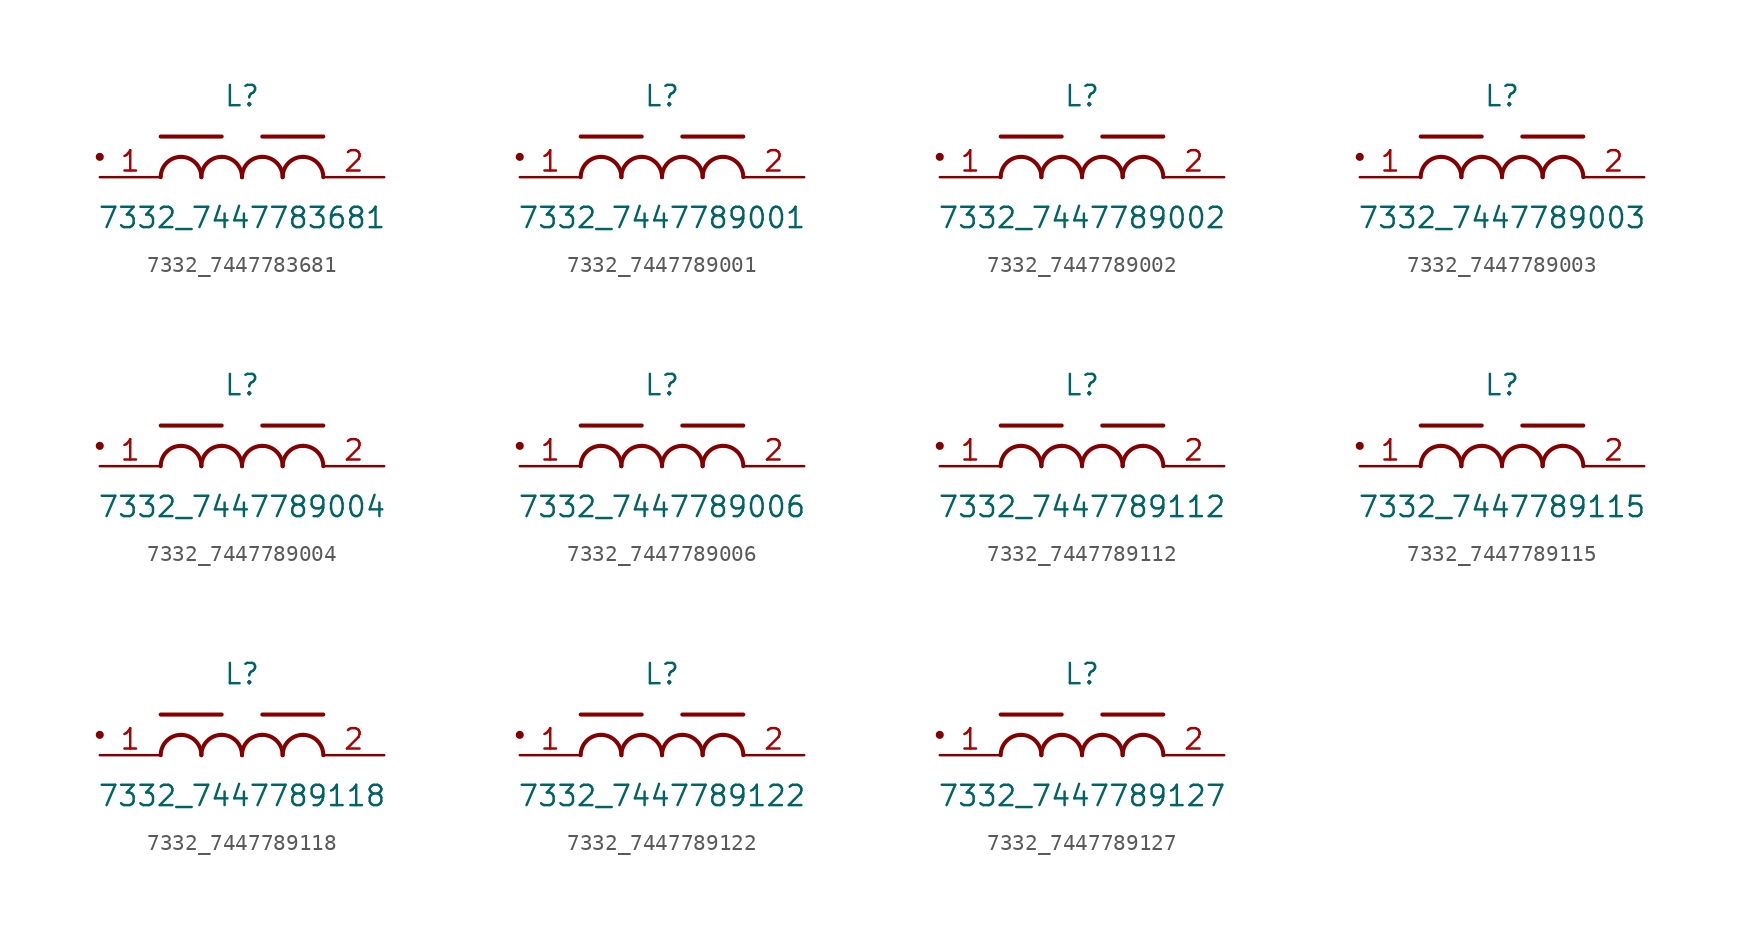
<source format=kicad_sym>
(kicad_symbol_lib
  (version 20211014)
  (generator kicad_symbol_editor)
  (symbol "Inductor_Wurth_WE-PD:7332_7447783681"
    (pin_names hide)
    (property "Reference" "L"
      (at 0 5.08 0)
      (effects (font (size 1.27 1.27))))
    (property "Value" "7332_7447783681"
      (at 0 -2.54 0)
      (effects (font (size 1.27 1.27))))
    (symbol "7332_7447783681_0_1"
      (circle (center -8.89 1.27) (radius 0.0001) (stroke (width 0.254)) (stroke (width 0.254) (type default) (color 0 0 0 0)) (fill (type none)))
      (arc (start -3.81 1.27) (mid -4.708 0.898) (end -5.08 0) (stroke (width 0.254) (type default) (color 0 0 0 0)) (fill (type none)))
      (arc (start -2.54 0) (mid -2.912 0.898) (end -3.81 1.27) (stroke (width 0.254) (type default) (color 0 0 0 0)) (fill (type none)))
      (arc (start -1.2699 1.2701) (mid -2.1679 0.8981) (end -2.5399 0.0001) (stroke (width 0.254) (type default) (color 0 0 0 0)) (fill (type none)))
      (polyline (pts (xy -5.08 2.54) (xy -1.27 2.54)) (stroke (width 0.254) (type default) (color 0 0 0 0)) (fill (type none)))
      (polyline (pts (xy 5.08 2.54) (xy 1.27 2.54)) (stroke (width 0.254) (type default) (color 0 0 0 0)) (fill (type none)))
      (arc (start 0.0001 0.0001) (mid -0.3719 0.8981) (end -1.2699 1.2701) (stroke (width 0.254) (type default) (color 0 0 0 0)) (fill (type none)))
      (arc (start 1.2701 1.2701) (mid 0.3721 0.8981) (end 0.0001 0.0001) (stroke (width 0.254) (type default) (color 0 0 0 0)) (fill (type none)))
      (arc (start 2.5401 0.0001) (mid 2.1681 0.8981) (end 1.2701 1.2701) (stroke (width 0.254) (type default) (color 0 0 0 0)) (fill (type none)))
      (arc (start 3.8101 1.2701) (mid 2.9121 0.8981) (end 2.5401 0.0001) (stroke (width 0.254) (type default) (color 0 0 0 0)) (fill (type none)))
      (arc (start 5.0801 0.0001) (mid 4.7081 0.8981) (end 3.8101 1.2701) (stroke (width 0.254) (type default) (color 0 0 0 0)) (fill (type none))))
    (symbol "7332_7447783681_1_1"
      (pin passive line (at -8.89 0 0) (length 3.81) (name "1" (effects (font (size 1.27 1.27)))) (number "1" (effects (font (size 1.27 1.27)))))
      (pin passive line (at 8.89 0 180) (length 3.81) (name "2" (effects (font (size 1.27 1.27)))) (number "2" (effects (font (size 1.27 1.27)))))))
  (symbol "Inductor_Wurth_WE-PD:7332_7447789001"
    (pin_names hide)
    (property "Reference" "L"
      (at 0 5.08 0)
      (effects (font (size 1.27 1.27))))
    (property "Value" "7332_7447789001"
      (at 0 -2.54 0)
      (effects (font (size 1.27 1.27))))
    (symbol "7332_7447789001_0_1"
      (circle (center -8.89 1.27) (radius 0.0001) (stroke (width 0.254)) (stroke (width 0.254) (type default) (color 0 0 0 0)) (fill (type none)))
      (arc (start -3.81 1.27) (mid -4.708 0.898) (end -5.08 0) (stroke (width 0.254) (type default) (color 0 0 0 0)) (fill (type none)))
      (arc (start -2.54 0) (mid -2.912 0.898) (end -3.81 1.27) (stroke (width 0.254) (type default) (color 0 0 0 0)) (fill (type none)))
      (arc (start -1.2699 1.2701) (mid -2.1679 0.8981) (end -2.5399 0.0001) (stroke (width 0.254) (type default) (color 0 0 0 0)) (fill (type none)))
      (polyline (pts (xy -5.08 2.54) (xy -1.27 2.54)) (stroke (width 0.254) (type default) (color 0 0 0 0)) (fill (type none)))
      (polyline (pts (xy 5.08 2.54) (xy 1.27 2.54)) (stroke (width 0.254) (type default) (color 0 0 0 0)) (fill (type none)))
      (arc (start 0.0001 0.0001) (mid -0.3719 0.8981) (end -1.2699 1.2701) (stroke (width 0.254) (type default) (color 0 0 0 0)) (fill (type none)))
      (arc (start 1.2701 1.2701) (mid 0.3721 0.8981) (end 0.0001 0.0001) (stroke (width 0.254) (type default) (color 0 0 0 0)) (fill (type none)))
      (arc (start 2.5401 0.0001) (mid 2.1681 0.8981) (end 1.2701 1.2701) (stroke (width 0.254) (type default) (color 0 0 0 0)) (fill (type none)))
      (arc (start 3.8101 1.2701) (mid 2.9121 0.8981) (end 2.5401 0.0001) (stroke (width 0.254) (type default) (color 0 0 0 0)) (fill (type none)))
      (arc (start 5.0801 0.0001) (mid 4.7081 0.8981) (end 3.8101 1.2701) (stroke (width 0.254) (type default) (color 0 0 0 0)) (fill (type none))))
    (symbol "7332_7447789001_1_1"
      (pin passive line (at -8.89 0 0) (length 3.81) (name "1" (effects (font (size 1.27 1.27)))) (number "1" (effects (font (size 1.27 1.27)))))
      (pin passive line (at 8.89 0 180) (length 3.81) (name "2" (effects (font (size 1.27 1.27)))) (number "2" (effects (font (size 1.27 1.27)))))))
  (symbol "Inductor_Wurth_WE-PD:7332_7447789002"
    (pin_names hide)
    (property "Reference" "L"
      (at 0 5.08 0)
      (effects (font (size 1.27 1.27))))
    (property "Value" "7332_7447789002"
      (at 0 -2.54 0)
      (effects (font (size 1.27 1.27))))
    (symbol "7332_7447789002_0_1"
      (circle (center -8.89 1.27) (radius 0.0001) (stroke (width 0.254)) (stroke (width 0.254) (type default) (color 0 0 0 0)) (fill (type none)))
      (arc (start -3.81 1.27) (mid -4.708 0.898) (end -5.08 0) (stroke (width 0.254) (type default) (color 0 0 0 0)) (fill (type none)))
      (arc (start -2.54 0) (mid -2.912 0.898) (end -3.81 1.27) (stroke (width 0.254) (type default) (color 0 0 0 0)) (fill (type none)))
      (arc (start -1.2699 1.2701) (mid -2.1679 0.8981) (end -2.5399 0.0001) (stroke (width 0.254) (type default) (color 0 0 0 0)) (fill (type none)))
      (polyline (pts (xy -5.08 2.54) (xy -1.27 2.54)) (stroke (width 0.254) (type default) (color 0 0 0 0)) (fill (type none)))
      (polyline (pts (xy 5.08 2.54) (xy 1.27 2.54)) (stroke (width 0.254) (type default) (color 0 0 0 0)) (fill (type none)))
      (arc (start 0.0001 0.0001) (mid -0.3719 0.8981) (end -1.2699 1.2701) (stroke (width 0.254) (type default) (color 0 0 0 0)) (fill (type none)))
      (arc (start 1.2701 1.2701) (mid 0.3721 0.8981) (end 0.0001 0.0001) (stroke (width 0.254) (type default) (color 0 0 0 0)) (fill (type none)))
      (arc (start 2.5401 0.0001) (mid 2.1681 0.8981) (end 1.2701 1.2701) (stroke (width 0.254) (type default) (color 0 0 0 0)) (fill (type none)))
      (arc (start 3.8101 1.2701) (mid 2.9121 0.8981) (end 2.5401 0.0001) (stroke (width 0.254) (type default) (color 0 0 0 0)) (fill (type none)))
      (arc (start 5.0801 0.0001) (mid 4.7081 0.8981) (end 3.8101 1.2701) (stroke (width 0.254) (type default) (color 0 0 0 0)) (fill (type none))))
    (symbol "7332_7447789002_1_1"
      (pin passive line (at -8.89 0 0) (length 3.81) (name "1" (effects (font (size 1.27 1.27)))) (number "1" (effects (font (size 1.27 1.27)))))
      (pin passive line (at 8.89 0 180) (length 3.81) (name "2" (effects (font (size 1.27 1.27)))) (number "2" (effects (font (size 1.27 1.27)))))))
  (symbol "Inductor_Wurth_WE-PD:7332_7447789003"
    (pin_names hide)
    (property "Reference" "L"
      (at 0 5.08 0)
      (effects (font (size 1.27 1.27))))
    (property "Value" "7332_7447789003"
      (at 0 -2.54 0)
      (effects (font (size 1.27 1.27))))
    (symbol "7332_7447789003_0_1"
      (circle (center -8.89 1.27) (radius 0.0001) (stroke (width 0.254)) (stroke (width 0.254) (type default) (color 0 0 0 0)) (fill (type none)))
      (arc (start -3.81 1.27) (mid -4.708 0.898) (end -5.08 0) (stroke (width 0.254) (type default) (color 0 0 0 0)) (fill (type none)))
      (arc (start -2.54 0) (mid -2.912 0.898) (end -3.81 1.27) (stroke (width 0.254) (type default) (color 0 0 0 0)) (fill (type none)))
      (arc (start -1.2699 1.2701) (mid -2.1679 0.8981) (end -2.5399 0.0001) (stroke (width 0.254) (type default) (color 0 0 0 0)) (fill (type none)))
      (polyline (pts (xy -5.08 2.54) (xy -1.27 2.54)) (stroke (width 0.254) (type default) (color 0 0 0 0)) (fill (type none)))
      (polyline (pts (xy 5.08 2.54) (xy 1.27 2.54)) (stroke (width 0.254) (type default) (color 0 0 0 0)) (fill (type none)))
      (arc (start 0.0001 0.0001) (mid -0.3719 0.8981) (end -1.2699 1.2701) (stroke (width 0.254) (type default) (color 0 0 0 0)) (fill (type none)))
      (arc (start 1.2701 1.2701) (mid 0.3721 0.8981) (end 0.0001 0.0001) (stroke (width 0.254) (type default) (color 0 0 0 0)) (fill (type none)))
      (arc (start 2.5401 0.0001) (mid 2.1681 0.8981) (end 1.2701 1.2701) (stroke (width 0.254) (type default) (color 0 0 0 0)) (fill (type none)))
      (arc (start 3.8101 1.2701) (mid 2.9121 0.8981) (end 2.5401 0.0001) (stroke (width 0.254) (type default) (color 0 0 0 0)) (fill (type none)))
      (arc (start 5.0801 0.0001) (mid 4.7081 0.8981) (end 3.8101 1.2701) (stroke (width 0.254) (type default) (color 0 0 0 0)) (fill (type none))))
    (symbol "7332_7447789003_1_1"
      (pin passive line (at -8.89 0 0) (length 3.81) (name "1" (effects (font (size 1.27 1.27)))) (number "1" (effects (font (size 1.27 1.27)))))
      (pin passive line (at 8.89 0 180) (length 3.81) (name "2" (effects (font (size 1.27 1.27)))) (number "2" (effects (font (size 1.27 1.27)))))))
  (symbol "Inductor_Wurth_WE-PD:7332_7447789004"
    (pin_names hide)
    (property "Reference" "L"
      (at 0 5.08 0)
      (effects (font (size 1.27 1.27))))
    (property "Value" "7332_7447789004"
      (at 0 -2.54 0)
      (effects (font (size 1.27 1.27))))
    (symbol "7332_7447789004_0_1"
      (circle (center -8.89 1.27) (radius 0.0001) (stroke (width 0.254)) (stroke (width 0.254) (type default) (color 0 0 0 0)) (fill (type none)))
      (arc (start -3.81 1.27) (mid -4.708 0.898) (end -5.08 0) (stroke (width 0.254) (type default) (color 0 0 0 0)) (fill (type none)))
      (arc (start -2.54 0) (mid -2.912 0.898) (end -3.81 1.27) (stroke (width 0.254) (type default) (color 0 0 0 0)) (fill (type none)))
      (arc (start -1.2699 1.2701) (mid -2.1679 0.8981) (end -2.5399 0.0001) (stroke (width 0.254) (type default) (color 0 0 0 0)) (fill (type none)))
      (polyline (pts (xy -5.08 2.54) (xy -1.27 2.54)) (stroke (width 0.254) (type default) (color 0 0 0 0)) (fill (type none)))
      (polyline (pts (xy 5.08 2.54) (xy 1.27 2.54)) (stroke (width 0.254) (type default) (color 0 0 0 0)) (fill (type none)))
      (arc (start 0.0001 0.0001) (mid -0.3719 0.8981) (end -1.2699 1.2701) (stroke (width 0.254) (type default) (color 0 0 0 0)) (fill (type none)))
      (arc (start 1.2701 1.2701) (mid 0.3721 0.8981) (end 0.0001 0.0001) (stroke (width 0.254) (type default) (color 0 0 0 0)) (fill (type none)))
      (arc (start 2.5401 0.0001) (mid 2.1681 0.8981) (end 1.2701 1.2701) (stroke (width 0.254) (type default) (color 0 0 0 0)) (fill (type none)))
      (arc (start 3.8101 1.2701) (mid 2.9121 0.8981) (end 2.5401 0.0001) (stroke (width 0.254) (type default) (color 0 0 0 0)) (fill (type none)))
      (arc (start 5.0801 0.0001) (mid 4.7081 0.8981) (end 3.8101 1.2701) (stroke (width 0.254) (type default) (color 0 0 0 0)) (fill (type none))))
    (symbol "7332_7447789004_1_1"
      (pin passive line (at -8.89 0 0) (length 3.81) (name "1" (effects (font (size 1.27 1.27)))) (number "1" (effects (font (size 1.27 1.27)))))
      (pin passive line (at 8.89 0 180) (length 3.81) (name "2" (effects (font (size 1.27 1.27)))) (number "2" (effects (font (size 1.27 1.27)))))))
  (symbol "Inductor_Wurth_WE-PD:7332_7447789006"
    (pin_names hide)
    (property "Reference" "L"
      (at 0 5.08 0)
      (effects (font (size 1.27 1.27))))
    (property "Value" "7332_7447789006"
      (at 0 -2.54 0)
      (effects (font (size 1.27 1.27))))
    (symbol "7332_7447789006_0_1"
      (circle (center -8.89 1.27) (radius 0.0001) (stroke (width 0.254)) (stroke (width 0.254) (type default) (color 0 0 0 0)) (fill (type none)))
      (arc (start -3.81 1.27) (mid -4.708 0.898) (end -5.08 0) (stroke (width 0.254) (type default) (color 0 0 0 0)) (fill (type none)))
      (arc (start -2.54 0) (mid -2.912 0.898) (end -3.81 1.27) (stroke (width 0.254) (type default) (color 0 0 0 0)) (fill (type none)))
      (arc (start -1.2699 1.2701) (mid -2.1679 0.8981) (end -2.5399 0.0001) (stroke (width 0.254) (type default) (color 0 0 0 0)) (fill (type none)))
      (polyline (pts (xy -5.08 2.54) (xy -1.27 2.54)) (stroke (width 0.254) (type default) (color 0 0 0 0)) (fill (type none)))
      (polyline (pts (xy 5.08 2.54) (xy 1.27 2.54)) (stroke (width 0.254) (type default) (color 0 0 0 0)) (fill (type none)))
      (arc (start 0.0001 0.0001) (mid -0.3719 0.8981) (end -1.2699 1.2701) (stroke (width 0.254) (type default) (color 0 0 0 0)) (fill (type none)))
      (arc (start 1.2701 1.2701) (mid 0.3721 0.8981) (end 0.0001 0.0001) (stroke (width 0.254) (type default) (color 0 0 0 0)) (fill (type none)))
      (arc (start 2.5401 0.0001) (mid 2.1681 0.8981) (end 1.2701 1.2701) (stroke (width 0.254) (type default) (color 0 0 0 0)) (fill (type none)))
      (arc (start 3.8101 1.2701) (mid 2.9121 0.8981) (end 2.5401 0.0001) (stroke (width 0.254) (type default) (color 0 0 0 0)) (fill (type none)))
      (arc (start 5.0801 0.0001) (mid 4.7081 0.8981) (end 3.8101 1.2701) (stroke (width 0.254) (type default) (color 0 0 0 0)) (fill (type none))))
    (symbol "7332_7447789006_1_1"
      (pin passive line (at -8.89 0 0) (length 3.81) (name "1" (effects (font (size 1.27 1.27)))) (number "1" (effects (font (size 1.27 1.27)))))
      (pin passive line (at 8.89 0 180) (length 3.81) (name "2" (effects (font (size 1.27 1.27)))) (number "2" (effects (font (size 1.27 1.27)))))))
  (symbol "Inductor_Wurth_WE-PD:7332_7447789112"
    (pin_names hide)
    (property "Reference" "L"
      (at 0 5.08 0)
      (effects (font (size 1.27 1.27))))
    (property "Value" "7332_7447789112"
      (at 0 -2.54 0)
      (effects (font (size 1.27 1.27))))
    (symbol "7332_7447789112_0_1"
      (circle (center -8.89 1.27) (radius 0.0001) (stroke (width 0.254)) (stroke (width 0.254) (type default) (color 0 0 0 0)) (fill (type none)))
      (arc (start -3.81 1.27) (mid -4.708 0.898) (end -5.08 0) (stroke (width 0.254) (type default) (color 0 0 0 0)) (fill (type none)))
      (arc (start -2.54 0) (mid -2.912 0.898) (end -3.81 1.27) (stroke (width 0.254) (type default) (color 0 0 0 0)) (fill (type none)))
      (arc (start -1.2699 1.2701) (mid -2.1679 0.8981) (end -2.5399 0.0001) (stroke (width 0.254) (type default) (color 0 0 0 0)) (fill (type none)))
      (polyline (pts (xy -5.08 2.54) (xy -1.27 2.54)) (stroke (width 0.254) (type default) (color 0 0 0 0)) (fill (type none)))
      (polyline (pts (xy 5.08 2.54) (xy 1.27 2.54)) (stroke (width 0.254) (type default) (color 0 0 0 0)) (fill (type none)))
      (arc (start 0.0001 0.0001) (mid -0.3719 0.8981) (end -1.2699 1.2701) (stroke (width 0.254) (type default) (color 0 0 0 0)) (fill (type none)))
      (arc (start 1.2701 1.2701) (mid 0.3721 0.8981) (end 0.0001 0.0001) (stroke (width 0.254) (type default) (color 0 0 0 0)) (fill (type none)))
      (arc (start 2.5401 0.0001) (mid 2.1681 0.8981) (end 1.2701 1.2701) (stroke (width 0.254) (type default) (color 0 0 0 0)) (fill (type none)))
      (arc (start 3.8101 1.2701) (mid 2.9121 0.8981) (end 2.5401 0.0001) (stroke (width 0.254) (type default) (color 0 0 0 0)) (fill (type none)))
      (arc (start 5.0801 0.0001) (mid 4.7081 0.8981) (end 3.8101 1.2701) (stroke (width 0.254) (type default) (color 0 0 0 0)) (fill (type none))))
    (symbol "7332_7447789112_1_1"
      (pin passive line (at -8.89 0 0) (length 3.81) (name "1" (effects (font (size 1.27 1.27)))) (number "1" (effects (font (size 1.27 1.27)))))
      (pin passive line (at 8.89 0 180) (length 3.81) (name "2" (effects (font (size 1.27 1.27)))) (number "2" (effects (font (size 1.27 1.27)))))))
  (symbol "Inductor_Wurth_WE-PD:7332_7447789115"
    (pin_names hide)
    (property "Reference" "L"
      (at 0 5.08 0)
      (effects (font (size 1.27 1.27))))
    (property "Value" "7332_7447789115"
      (at 0 -2.54 0)
      (effects (font (size 1.27 1.27))))
    (symbol "7332_7447789115_0_1"
      (circle (center -8.89 1.27) (radius 0.0001) (stroke (width 0.254)) (stroke (width 0.254) (type default) (color 0 0 0 0)) (fill (type none)))
      (arc (start -3.81 1.27) (mid -4.708 0.898) (end -5.08 0) (stroke (width 0.254) (type default) (color 0 0 0 0)) (fill (type none)))
      (arc (start -2.54 0) (mid -2.912 0.898) (end -3.81 1.27) (stroke (width 0.254) (type default) (color 0 0 0 0)) (fill (type none)))
      (arc (start -1.2699 1.2701) (mid -2.1679 0.8981) (end -2.5399 0.0001) (stroke (width 0.254) (type default) (color 0 0 0 0)) (fill (type none)))
      (polyline (pts (xy -5.08 2.54) (xy -1.27 2.54)) (stroke (width 0.254) (type default) (color 0 0 0 0)) (fill (type none)))
      (polyline (pts (xy 5.08 2.54) (xy 1.27 2.54)) (stroke (width 0.254) (type default) (color 0 0 0 0)) (fill (type none)))
      (arc (start 0.0001 0.0001) (mid -0.3719 0.8981) (end -1.2699 1.2701) (stroke (width 0.254) (type default) (color 0 0 0 0)) (fill (type none)))
      (arc (start 1.2701 1.2701) (mid 0.3721 0.8981) (end 0.0001 0.0001) (stroke (width 0.254) (type default) (color 0 0 0 0)) (fill (type none)))
      (arc (start 2.5401 0.0001) (mid 2.1681 0.8981) (end 1.2701 1.2701) (stroke (width 0.254) (type default) (color 0 0 0 0)) (fill (type none)))
      (arc (start 3.8101 1.2701) (mid 2.9121 0.8981) (end 2.5401 0.0001) (stroke (width 0.254) (type default) (color 0 0 0 0)) (fill (type none)))
      (arc (start 5.0801 0.0001) (mid 4.7081 0.8981) (end 3.8101 1.2701) (stroke (width 0.254) (type default) (color 0 0 0 0)) (fill (type none))))
    (symbol "7332_7447789115_1_1"
      (pin passive line (at -8.89 0 0) (length 3.81) (name "1" (effects (font (size 1.27 1.27)))) (number "1" (effects (font (size 1.27 1.27)))))
      (pin passive line (at 8.89 0 180) (length 3.81) (name "2" (effects (font (size 1.27 1.27)))) (number "2" (effects (font (size 1.27 1.27)))))))
  (symbol "Inductor_Wurth_WE-PD:7332_7447789118"
    (pin_names hide)
    (property "Reference" "L"
      (at 0 5.08 0)
      (effects (font (size 1.27 1.27))))
    (property "Value" "7332_7447789118"
      (at 0 -2.54 0)
      (effects (font (size 1.27 1.27))))
    (symbol "7332_7447789118_0_1"
      (circle (center -8.89 1.27) (radius 0.0001) (stroke (width 0.254)) (stroke (width 0.254) (type default) (color 0 0 0 0)) (fill (type none)))
      (arc (start -3.81 1.27) (mid -4.708 0.898) (end -5.08 0) (stroke (width 0.254) (type default) (color 0 0 0 0)) (fill (type none)))
      (arc (start -2.54 0) (mid -2.912 0.898) (end -3.81 1.27) (stroke (width 0.254) (type default) (color 0 0 0 0)) (fill (type none)))
      (arc (start -1.2699 1.2701) (mid -2.1679 0.8981) (end -2.5399 0.0001) (stroke (width 0.254) (type default) (color 0 0 0 0)) (fill (type none)))
      (polyline (pts (xy -5.08 2.54) (xy -1.27 2.54)) (stroke (width 0.254) (type default) (color 0 0 0 0)) (fill (type none)))
      (polyline (pts (xy 5.08 2.54) (xy 1.27 2.54)) (stroke (width 0.254) (type default) (color 0 0 0 0)) (fill (type none)))
      (arc (start 0.0001 0.0001) (mid -0.3719 0.8981) (end -1.2699 1.2701) (stroke (width 0.254) (type default) (color 0 0 0 0)) (fill (type none)))
      (arc (start 1.2701 1.2701) (mid 0.3721 0.8981) (end 0.0001 0.0001) (stroke (width 0.254) (type default) (color 0 0 0 0)) (fill (type none)))
      (arc (start 2.5401 0.0001) (mid 2.1681 0.8981) (end 1.2701 1.2701) (stroke (width 0.254) (type default) (color 0 0 0 0)) (fill (type none)))
      (arc (start 3.8101 1.2701) (mid 2.9121 0.8981) (end 2.5401 0.0001) (stroke (width 0.254) (type default) (color 0 0 0 0)) (fill (type none)))
      (arc (start 5.0801 0.0001) (mid 4.7081 0.8981) (end 3.8101 1.2701) (stroke (width 0.254) (type default) (color 0 0 0 0)) (fill (type none))))
    (symbol "7332_7447789118_1_1"
      (pin passive line (at -8.89 0 0) (length 3.81) (name "1" (effects (font (size 1.27 1.27)))) (number "1" (effects (font (size 1.27 1.27)))))
      (pin passive line (at 8.89 0 180) (length 3.81) (name "2" (effects (font (size 1.27 1.27)))) (number "2" (effects (font (size 1.27 1.27)))))))
  (symbol "Inductor_Wurth_WE-PD:7332_7447789122"
    (pin_names hide)
    (property "Reference" "L"
      (at 0 5.08 0)
      (effects (font (size 1.27 1.27))))
    (property "Value" "7332_7447789122"
      (at 0 -2.54 0)
      (effects (font (size 1.27 1.27))))
    (symbol "7332_7447789122_0_1"
      (circle (center -8.89 1.27) (radius 0.0001) (stroke (width 0.254)) (stroke (width 0.254) (type default) (color 0 0 0 0)) (fill (type none)))
      (arc (start -3.81 1.27) (mid -4.708 0.898) (end -5.08 0) (stroke (width 0.254) (type default) (color 0 0 0 0)) (fill (type none)))
      (arc (start -2.54 0) (mid -2.912 0.898) (end -3.81 1.27) (stroke (width 0.254) (type default) (color 0 0 0 0)) (fill (type none)))
      (arc (start -1.2699 1.2701) (mid -2.1679 0.8981) (end -2.5399 0.0001) (stroke (width 0.254) (type default) (color 0 0 0 0)) (fill (type none)))
      (polyline (pts (xy -5.08 2.54) (xy -1.27 2.54)) (stroke (width 0.254) (type default) (color 0 0 0 0)) (fill (type none)))
      (polyline (pts (xy 5.08 2.54) (xy 1.27 2.54)) (stroke (width 0.254) (type default) (color 0 0 0 0)) (fill (type none)))
      (arc (start 0.0001 0.0001) (mid -0.3719 0.8981) (end -1.2699 1.2701) (stroke (width 0.254) (type default) (color 0 0 0 0)) (fill (type none)))
      (arc (start 1.2701 1.2701) (mid 0.3721 0.8981) (end 0.0001 0.0001) (stroke (width 0.254) (type default) (color 0 0 0 0)) (fill (type none)))
      (arc (start 2.5401 0.0001) (mid 2.1681 0.8981) (end 1.2701 1.2701) (stroke (width 0.254) (type default) (color 0 0 0 0)) (fill (type none)))
      (arc (start 3.8101 1.2701) (mid 2.9121 0.8981) (end 2.5401 0.0001) (stroke (width 0.254) (type default) (color 0 0 0 0)) (fill (type none)))
      (arc (start 5.0801 0.0001) (mid 4.7081 0.8981) (end 3.8101 1.2701) (stroke (width 0.254) (type default) (color 0 0 0 0)) (fill (type none))))
    (symbol "7332_7447789122_1_1"
      (pin passive line (at -8.89 0 0) (length 3.81) (name "1" (effects (font (size 1.27 1.27)))) (number "1" (effects (font (size 1.27 1.27)))))
      (pin passive line (at 8.89 0 180) (length 3.81) (name "2" (effects (font (size 1.27 1.27)))) (number "2" (effects (font (size 1.27 1.27)))))))
  (symbol "Inductor_Wurth_WE-PD:7332_7447789127"
    (pin_names hide)
    (property "Reference" "L"
      (at 0 5.08 0)
      (effects (font (size 1.27 1.27))))
    (property "Value" "7332_7447789127"
      (at 0 -2.54 0)
      (effects (font (size 1.27 1.27))))
    (symbol "7332_7447789127_0_1"
      (circle (center -8.89 1.27) (radius 0.0001) (stroke (width 0.254)) (stroke (width 0.254) (type default) (color 0 0 0 0)) (fill (type none)))
      (arc (start -3.81 1.27) (mid -4.708 0.898) (end -5.08 0) (stroke (width 0.254) (type default) (color 0 0 0 0)) (fill (type none)))
      (arc (start -2.54 0) (mid -2.912 0.898) (end -3.81 1.27) (stroke (width 0.254) (type default) (color 0 0 0 0)) (fill (type none)))
      (arc (start -1.2699 1.2701) (mid -2.1679 0.8981) (end -2.5399 0.0001) (stroke (width 0.254) (type default) (color 0 0 0 0)) (fill (type none)))
      (polyline (pts (xy -5.08 2.54) (xy -1.27 2.54)) (stroke (width 0.254) (type default) (color 0 0 0 0)) (fill (type none)))
      (polyline (pts (xy 5.08 2.54) (xy 1.27 2.54)) (stroke (width 0.254) (type default) (color 0 0 0 0)) (fill (type none)))
      (arc (start 0.0001 0.0001) (mid -0.3719 0.8981) (end -1.2699 1.2701) (stroke (width 0.254) (type default) (color 0 0 0 0)) (fill (type none)))
      (arc (start 1.2701 1.2701) (mid 0.3721 0.8981) (end 0.0001 0.0001) (stroke (width 0.254) (type default) (color 0 0 0 0)) (fill (type none)))
      (arc (start 2.5401 0.0001) (mid 2.1681 0.8981) (end 1.2701 1.2701) (stroke (width 0.254) (type default) (color 0 0 0 0)) (fill (type none)))
      (arc (start 3.8101 1.2701) (mid 2.9121 0.8981) (end 2.5401 0.0001) (stroke (width 0.254) (type default) (color 0 0 0 0)) (fill (type none)))
      (arc (start 5.0801 0.0001) (mid 4.7081 0.8981) (end 3.8101 1.2701) (stroke (width 0.254) (type default) (color 0 0 0 0)) (fill (type none))))
    (symbol "7332_7447789127_1_1"
      (pin passive line (at -8.89 0 0) (length 3.81) (name "1" (effects (font (size 1.27 1.27)))) (number "1" (effects (font (size 1.27 1.27)))))
      (pin passive line (at 8.89 0 180) (length 3.81) (name "2" (effects (font (size 1.27 1.27)))) (number "2" (effects (font (size 1.27 1.27))))))))
</source>
